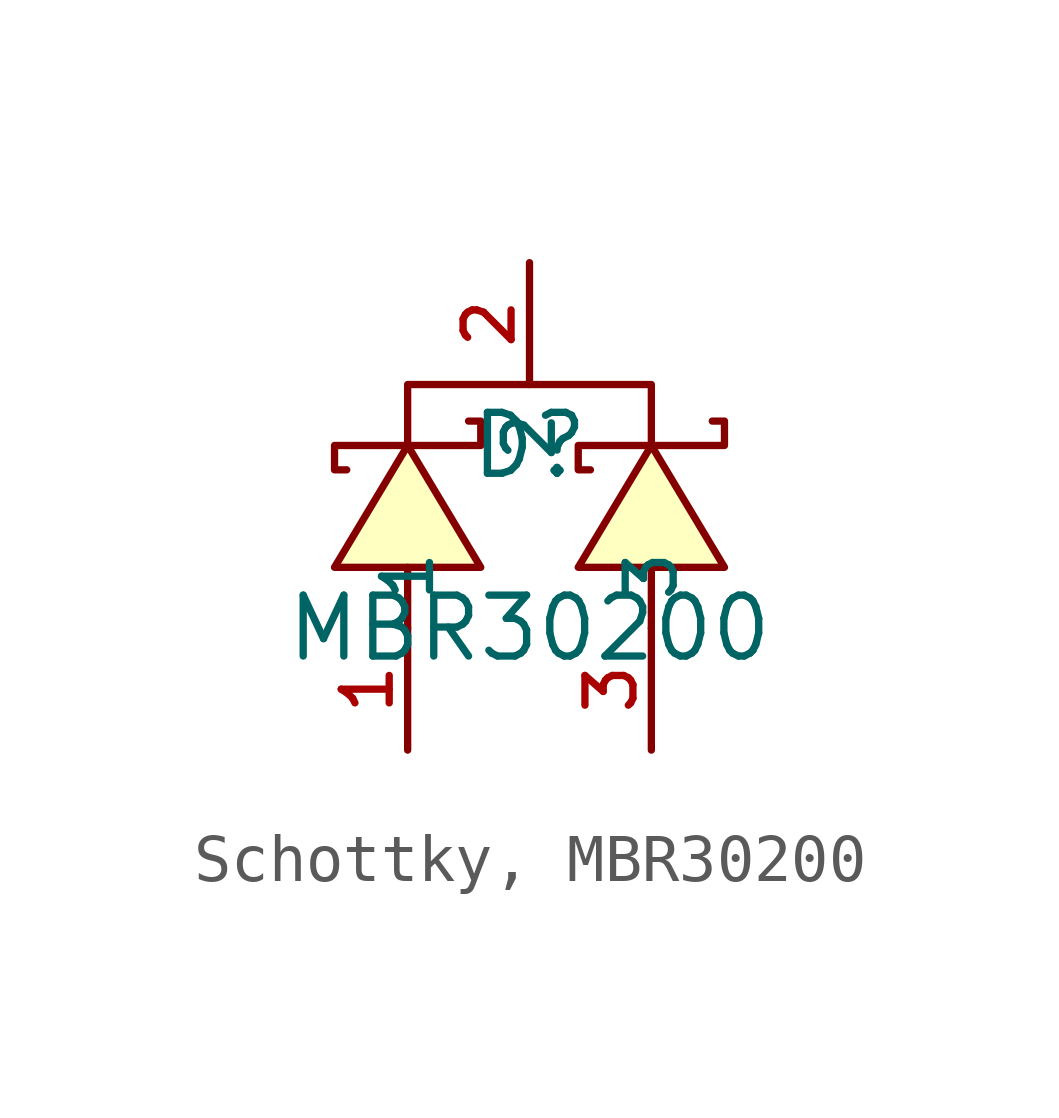
<source format=kicad_sym>
(kicad_symbol_lib
  (version 20231120)
  (generator "CDFER_Archive_Tool")
  (generator_version "0.0")
  (symbol "Schottky, MBR30200"
    (property "Reference" "D"
      (at 0 1.27 0)
      (effects (font (size 1.27 1.27))))
    (property "Value" "MBR30200"
      (at 0 -2.54 0)
      (effects (font (size 1.27 1.27))))
    (symbol "Schottky, MBR30200_0_1"
      (polyline (pts (xy -2.54 -2.54) (xy -2.54 -1.27)) (stroke (width 0) (type default)) (fill (type none)))
      (polyline (pts (xy 2.54 -2.54) (xy 2.54 -1.27)) (stroke (width 0) (type default)) (fill (type none)))
      (polyline (pts (xy -2.54 1.27) (xy -2.54 2.54) (xy 2.54 2.54) (xy 2.54 1.27)) (stroke (width 0) (type default)) (fill (type none)))
      (polyline (pts (xy -1.016 -1.27) (xy -2.54 1.27) (xy -4.064 -1.27) (xy -1.016 -1.27)) (stroke (width 0) (type default)) (fill (type background)))
      (polyline (pts (xy 4.064 -1.27) (xy 2.54 1.27) (xy 1.016 -1.27) (xy 4.064 -1.27)) (stroke (width 0) (type default)) (fill (type background)))
      (polyline (pts (xy -3.81 0.762) (xy -4.064 0.762) (xy -4.064 1.016) (xy -4.064 1.27) (xy -1.016 1.27) (xy -1.016 1.778) (xy -1.27 1.778)) (stroke (width 0) (type default)) (fill (type none)))
      (polyline (pts (xy 1.27 0.762) (xy 1.016 0.762) (xy 1.016 1.016) (xy 1.016 1.27) (xy 4.064 1.27) (xy 4.064 1.778) (xy 3.81 1.778)) (stroke (width 0) (type default)) (fill (type none)))
      (pin unspecified line (at -2.54 -5.08 90) (length 2.54) (name "1" (effects (font (size 1 1)))) (number "1" (effects (font (size 1 1)))))
      (pin unspecified line (at 0 5.08 270) (length 2.54) (name "2" (effects (font (size 1 1)))) (number "2" (effects (font (size 1 1)))))
      (pin unspecified line (at 2.54 -5.08 90) (length 2.54) (name "3" (effects (font (size 1 1)))) (number "3" (effects (font (size 1 1))))))))
</source>
